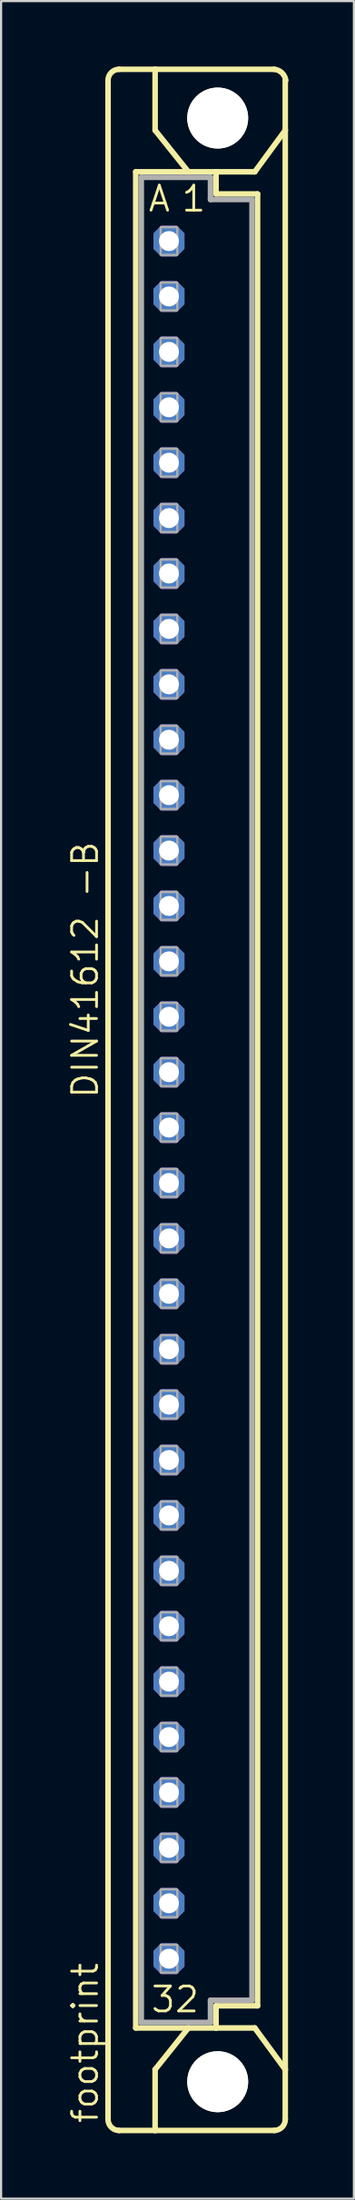
<source format=kicad_pcb>
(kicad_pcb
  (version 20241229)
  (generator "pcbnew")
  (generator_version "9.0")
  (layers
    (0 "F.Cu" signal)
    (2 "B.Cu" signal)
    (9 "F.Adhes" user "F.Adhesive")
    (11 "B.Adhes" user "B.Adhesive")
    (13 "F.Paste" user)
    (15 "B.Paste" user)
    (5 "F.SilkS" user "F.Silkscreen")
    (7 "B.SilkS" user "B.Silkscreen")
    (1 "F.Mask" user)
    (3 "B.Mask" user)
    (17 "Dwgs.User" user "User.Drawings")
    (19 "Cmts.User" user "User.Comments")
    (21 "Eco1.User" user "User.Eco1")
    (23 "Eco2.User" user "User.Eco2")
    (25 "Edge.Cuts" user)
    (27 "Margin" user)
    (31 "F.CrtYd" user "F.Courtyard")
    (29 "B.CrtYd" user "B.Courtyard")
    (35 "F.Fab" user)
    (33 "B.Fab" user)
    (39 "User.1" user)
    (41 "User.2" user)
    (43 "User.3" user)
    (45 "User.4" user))
  (footprint "footprint"
    (layer "F.Cu")
    (at 5.969 47.371)
    (property "Reference" "footprint" (at -4.445 46.99 90) (layer "F.SilkS") (effects (font (size 1.143 1.143) (thickness 0.127)) (justify left bottom)))
    (fp_line (start -4.064 46.736) (end -4.064 -46.736) (stroke (width 0.254) (type solid)) (layer "F.SilkS"))
    (fp_line (start -3.556 47.244) (end -1.905 47.244) (stroke (width 0.254) (type solid)) (layer "F.SilkS"))
    (fp_line (start -2.794 42.545) (end -2.794 -42.545) (stroke (width 0.254) (type solid)) (layer "F.SilkS"))
    (fp_line (start -1.905 -47.244) (end -3.556 -47.244) (stroke (width 0.254) (type solid)) (layer "F.SilkS"))
    (fp_line (start -1.905 -47.244) (end -1.905 -44.45) (stroke (width 0.254) (type solid)) (layer "F.SilkS"))
    (fp_line (start -1.905 47.244) (end -1.905 44.45) (stroke (width 0.254) (type solid)) (layer "F.SilkS"))
    (fp_line (start -1.905 47.244) (end 3.556 47.244) (stroke (width 0.254) (type solid)) (layer "F.SilkS"))
    (fp_line (start -0.381 -42.545) (end -2.794 -42.545) (stroke (width 0.254) (type solid)) (layer "F.SilkS"))
    (fp_line (start -0.381 -42.545) (end -1.905 -44.45) (stroke (width 0.254) (type solid)) (layer "F.SilkS"))
    (fp_line (start -0.381 -42.545) (end 0.889 -42.545) (stroke (width 0.254) (type solid)) (layer "F.SilkS"))
    (fp_line (start -0.381 42.545) (end -2.794 42.545) (stroke (width 0.254) (type solid)) (layer "F.SilkS"))
    (fp_line (start -0.381 42.545) (end -1.905 44.45) (stroke (width 0.254) (type solid)) (layer "F.SilkS"))
    (fp_line (start 0.889 -42.545) (end 2.667 -42.545) (stroke (width 0.254) (type solid)) (layer "F.SilkS"))
    (fp_line (start 0.889 -41.529) (end 0.889 -42.545) (stroke (width 0.254) (type solid)) (layer "F.SilkS"))
    (fp_line (start 0.889 41.529) (end 2.794 41.529) (stroke (width 0.254) (type solid)) (layer "F.SilkS"))
    (fp_line (start 0.889 42.545) (end -0.381 42.545) (stroke (width 0.254) (type solid)) (layer "F.SilkS"))
    (fp_line (start 0.889 42.545) (end 0.889 41.529) (stroke (width 0.254) (type solid)) (layer "F.SilkS"))
    (fp_line (start 0.889 42.545) (end 2.667 42.545) (stroke (width 0.254) (type solid)) (layer "F.SilkS"))
    (fp_line (start 2.667 -42.545) (end 4.064 -44.45) (stroke (width 0.254) (type solid)) (layer "F.SilkS"))
    (fp_line (start 2.667 42.545) (end 4.064 44.45) (stroke (width 0.254) (type solid)) (layer "F.SilkS"))
    (fp_line (start 2.794 -41.529) (end 0.889 -41.529) (stroke (width 0.254) (type solid)) (layer "F.SilkS"))
    (fp_line (start 2.794 41.529) (end 2.794 -41.529) (stroke (width 0.254) (type solid)) (layer "F.SilkS"))
    (fp_line (start 3.556 -47.244) (end -1.905 -47.244) (stroke (width 0.254) (type solid)) (layer "F.SilkS"))
    (fp_line (start 4.064 -44.45) (end 4.064 -46.736) (stroke (width 0.254) (type solid)) (layer "F.SilkS"))
    (fp_line (start 4.064 -44.45) (end 4.064 44.45) (stroke (width 0.254) (type solid)) (layer "F.SilkS"))
    (fp_line (start 4.064 46.736) (end 4.064 44.45) (stroke (width 0.254) (type solid)) (layer "F.SilkS"))
    (fp_arc (start -4.064 -46.736) (mid -3.91521 -47.09521) (end -3.556 -47.244) (stroke (width 0.254) (type solid)) (layer "F.SilkS"))
    (fp_arc (start -3.556 47.244) (mid -3.91521 47.09521) (end -4.064 46.736) (stroke (width 0.254) (type solid)) (layer "F.SilkS"))
    (fp_arc (start 3.556 -47.244) (mid 3.909437 -47.084314) (end 4.086 -46.738999) (stroke (width 0.254) (type solid)) (layer "F.SilkS"))
    (fp_arc (start 4.064 46.736) (mid 3.91521 47.09521) (end 3.556 47.244) (stroke (width 0.254) (type solid)) (layer "F.SilkS"))
    (fp_circle (center 0.965 -45.009) (end 2.235 -45.009) (stroke (width 0.254) (type solid)) (fill no) (layer "F.SilkS"))
    (fp_circle (center 0.965 45.009) (end 2.235 45.009) (stroke (width 0.254) (type solid)) (fill no) (layer "F.SilkS"))
    (fp_line (start -2.54 -42.291) (end -2.54 42.291) (stroke (width 0.254) (type solid)) (layer "F.Fab"))
    (fp_line (start 0.635 -42.291) (end -2.54 -42.291) (stroke (width 0.254) (type solid)) (layer "F.Fab"))
    (fp_line (start 0.635 -41.275) (end 0.635 -42.291) (stroke (width 0.254) (type solid)) (layer "F.Fab"))
    (fp_line (start 0.635 41.275) (end 0.635 42.291) (stroke (width 0.254) (type solid)) (layer "F.Fab"))
    (fp_line (start 0.635 41.275) (end 2.54 41.275) (stroke (width 0.254) (type solid)) (layer "F.Fab"))
    (fp_line (start 0.635 42.291) (end -2.54 42.291) (stroke (width 0.254) (type solid)) (layer "F.Fab"))
    (fp_line (start 2.54 -41.275) (end 0.635 -41.275) (stroke (width 0.254) (type solid)) (layer "F.Fab"))
    (fp_line (start 2.54 41.275) (end 2.54 -41.275) (stroke (width 0.254) (type solid)) (layer "F.Fab"))
    (fp_poly (pts (xy -1.651 -38.735) (xy -0.889 -38.735) (xy -0.889 -40.005) (xy -1.651 -40.005)) (stroke (width 0.1) (type solid)) (fill no) (layer "F.Fab"))
    (fp_poly (pts (xy -1.651 -36.195) (xy -0.889 -36.195) (xy -0.889 -37.465) (xy -1.651 -37.465)) (stroke (width 0.1) (type solid)) (fill no) (layer "F.Fab"))
    (fp_poly (pts (xy -1.651 -33.655) (xy -0.889 -33.655) (xy -0.889 -34.925) (xy -1.651 -34.925)) (stroke (width 0.1) (type solid)) (fill no) (layer "F.Fab"))
    (fp_poly (pts (xy -1.651 -31.115) (xy -0.889 -31.115) (xy -0.889 -32.385) (xy -1.651 -32.385)) (stroke (width 0.1) (type solid)) (fill no) (layer "F.Fab"))
    (fp_poly (pts (xy -1.651 -28.575) (xy -0.889 -28.575) (xy -0.889 -29.845) (xy -1.651 -29.845)) (stroke (width 0.1) (type solid)) (fill no) (layer "F.Fab"))
    (fp_poly (pts (xy -1.651 -26.035) (xy -0.889 -26.035) (xy -0.889 -27.305) (xy -1.651 -27.305)) (stroke (width 0.1) (type solid)) (fill no) (layer "F.Fab"))
    (fp_poly (pts (xy -1.651 -23.495) (xy -0.889 -23.495) (xy -0.889 -24.765) (xy -1.651 -24.765)) (stroke (width 0.1) (type solid)) (fill no) (layer "F.Fab"))
    (fp_poly (pts (xy -1.651 -20.955) (xy -0.889 -20.955) (xy -0.889 -22.225) (xy -1.651 -22.225)) (stroke (width 0.1) (type solid)) (fill no) (layer "F.Fab"))
    (fp_poly (pts (xy -1.651 -18.415) (xy -0.889 -18.415) (xy -0.889 -19.685) (xy -1.651 -19.685)) (stroke (width 0.1) (type solid)) (fill no) (layer "F.Fab"))
    (fp_poly (pts (xy -1.651 -15.875) (xy -0.889 -15.875) (xy -0.889 -17.145) (xy -1.651 -17.145)) (stroke (width 0.1) (type solid)) (fill no) (layer "F.Fab"))
    (fp_poly (pts (xy -1.651 -13.335) (xy -0.889 -13.335) (xy -0.889 -14.605) (xy -1.651 -14.605)) (stroke (width 0.1) (type solid)) (fill no) (layer "F.Fab"))
    (fp_poly (pts (xy -1.651 -10.795) (xy -0.889 -10.795) (xy -0.889 -12.065) (xy -1.651 -12.065)) (stroke (width 0.1) (type solid)) (fill no) (layer "F.Fab"))
    (fp_poly (pts (xy -1.651 -8.255) (xy -0.889 -8.255) (xy -0.889 -9.525) (xy -1.651 -9.525)) (stroke (width 0.1) (type solid)) (fill no) (layer "F.Fab"))
    (fp_poly (pts (xy -1.651 -5.715) (xy -0.889 -5.715) (xy -0.889 -6.985) (xy -1.651 -6.985)) (stroke (width 0.1) (type solid)) (fill no) (layer "F.Fab"))
    (fp_poly (pts (xy -1.651 -3.175) (xy -0.889 -3.175) (xy -0.889 -4.445) (xy -1.651 -4.445)) (stroke (width 0.1) (type solid)) (fill no) (layer "F.Fab"))
    (fp_poly (pts (xy -1.651 -0.635) (xy -0.889 -0.635) (xy -0.889 -1.905) (xy -1.651 -1.905)) (stroke (width 0.1) (type solid)) (fill no) (layer "F.Fab"))
    (fp_poly (pts (xy -1.651 1.905) (xy -0.889 1.905) (xy -0.889 0.635) (xy -1.651 0.635)) (stroke (width 0.1) (type solid)) (fill no) (layer "F.Fab"))
    (fp_poly (pts (xy -1.651 4.445) (xy -0.889 4.445) (xy -0.889 3.175) (xy -1.651 3.175)) (stroke (width 0.1) (type solid)) (fill no) (layer "F.Fab"))
    (fp_poly (pts (xy -1.651 6.985) (xy -0.889 6.985) (xy -0.889 5.715) (xy -1.651 5.715)) (stroke (width 0.1) (type solid)) (fill no) (layer "F.Fab"))
    (fp_poly (pts (xy -1.651 9.525) (xy -0.889 9.525) (xy -0.889 8.255) (xy -1.651 8.255)) (stroke (width 0.1) (type solid)) (fill no) (layer "F.Fab"))
    (fp_poly (pts (xy -1.651 12.065) (xy -0.889 12.065) (xy -0.889 10.795) (xy -1.651 10.795)) (stroke (width 0.1) (type solid)) (fill no) (layer "F.Fab"))
    (fp_poly (pts (xy -1.651 14.605) (xy -0.889 14.605) (xy -0.889 13.335) (xy -1.651 13.335)) (stroke (width 0.1) (type solid)) (fill no) (layer "F.Fab"))
    (fp_poly (pts (xy -1.651 17.145) (xy -0.889 17.145) (xy -0.889 15.875) (xy -1.651 15.875)) (stroke (width 0.1) (type solid)) (fill no) (layer "F.Fab"))
    (fp_poly (pts (xy -1.651 19.685) (xy -0.889 19.685) (xy -0.889 18.415) (xy -1.651 18.415)) (stroke (width 0.1) (type solid)) (fill no) (layer "F.Fab"))
    (fp_poly (pts (xy -1.651 22.225) (xy -0.889 22.225) (xy -0.889 20.955) (xy -1.651 20.955)) (stroke (width 0.1) (type solid)) (fill no) (layer "F.Fab"))
    (fp_poly (pts (xy -1.651 24.765) (xy -0.889 24.765) (xy -0.889 23.495) (xy -1.651 23.495)) (stroke (width 0.1) (type solid)) (fill no) (layer "F.Fab"))
    (fp_poly (pts (xy -1.651 27.305) (xy -0.889 27.305) (xy -0.889 26.035) (xy -1.651 26.035)) (stroke (width 0.1) (type solid)) (fill no) (layer "F.Fab"))
    (fp_poly (pts (xy -1.651 29.845) (xy -0.889 29.845) (xy -0.889 28.575) (xy -1.651 28.575)) (stroke (width 0.1) (type solid)) (fill no) (layer "F.Fab"))
    (fp_poly (pts (xy -1.651 32.385) (xy -0.889 32.385) (xy -0.889 31.115) (xy -1.651 31.115)) (stroke (width 0.1) (type solid)) (fill no) (layer "F.Fab"))
    (fp_poly (pts (xy -1.651 34.925) (xy -0.889 34.925) (xy -0.889 33.655) (xy -1.651 33.655)) (stroke (width 0.1) (type solid)) (fill no) (layer "F.Fab"))
    (fp_poly (pts (xy -1.651 37.465) (xy -0.889 37.465) (xy -0.889 36.195) (xy -1.651 36.195)) (stroke (width 0.1) (type solid)) (fill no) (layer "F.Fab"))
    (fp_poly (pts (xy -1.651 40.005) (xy -0.889 40.005) (xy -0.889 38.735) (xy -1.651 38.735)) (stroke (width 0.1) (type solid)) (fill no) (layer "F.Fab"))
    (fp_text user "1" (at -0.762 -40.64 0) (layer "F.SilkS") (effects (font (size 1.143 1.143) (thickness 0.127)) (justify left bottom)))
    (fp_text user "32" (at -2.159 41.91 0) (layer "F.SilkS") (effects (font (size 1.143 1.143) (thickness 0.127)) (justify left bottom)))
    (fp_text user "A" (at -2.286 -40.64 0) (layer "F.SilkS") (effects (font (size 1.143 1.143) (thickness 0.127)) (justify left bottom)))
    (fp_text user "DIN41612 -B" (at -4.445 0 90) (layer "F.SilkS") (effects (font (size 1.143 1.143) (thickness 0.127)) (justify left bottom)))
    (pad "" np_thru_hole circle (at 0.965 -45.009) (size 2.794 2.794) (drill 2.794) (layers "*.Cu" "*.Mask"))
    (pad "" np_thru_hole circle (at 0.965 45.009) (size 2.794 2.794) (drill 2.794) (layers "*.Cu" "*.Mask"))
    (pad "A1" thru_hole roundrect (at -1.27 -39.37) (size 1.422 1.422) (drill 0.914) (layers "*.Cu" "*.Mask") (roundrect_rratio 0.25) (chamfer_ratio 0.25) (chamfer top_left top_right bottom_left bottom_right))
    (pad "A2" thru_hole roundrect (at -1.27 -36.83) (size 1.422 1.422) (drill 0.914) (layers "*.Cu" "*.Mask") (roundrect_rratio 0.25) (chamfer_ratio 0.25) (chamfer top_left top_right bottom_left bottom_right))
    (pad "A3" thru_hole roundrect (at -1.27 -34.29) (size 1.422 1.422) (drill 0.914) (layers "*.Cu" "*.Mask") (roundrect_rratio 0.25) (chamfer_ratio 0.25) (chamfer top_left top_right bottom_left bottom_right))
    (pad "A4" thru_hole roundrect (at -1.27 -31.75) (size 1.422 1.422) (drill 0.914) (layers "*.Cu" "*.Mask") (roundrect_rratio 0.25) (chamfer_ratio 0.25) (chamfer top_left top_right bottom_left bottom_right))
    (pad "A5" thru_hole roundrect (at -1.27 -29.21) (size 1.422 1.422) (drill 0.914) (layers "*.Cu" "*.Mask") (roundrect_rratio 0.25) (chamfer_ratio 0.25) (chamfer top_left top_right bottom_left bottom_right))
    (pad "A6" thru_hole roundrect (at -1.27 -26.67) (size 1.422 1.422) (drill 0.914) (layers "*.Cu" "*.Mask") (roundrect_rratio 0.25) (chamfer_ratio 0.25) (chamfer top_left top_right bottom_left bottom_right))
    (pad "A7" thru_hole roundrect (at -1.27 -24.13) (size 1.422 1.422) (drill 0.914) (layers "*.Cu" "*.Mask") (roundrect_rratio 0.25) (chamfer_ratio 0.25) (chamfer top_left top_right bottom_left bottom_right))
    (pad "A8" thru_hole roundrect (at -1.27 -21.59) (size 1.422 1.422) (drill 0.914) (layers "*.Cu" "*.Mask") (roundrect_rratio 0.25) (chamfer_ratio 0.25) (chamfer top_left top_right bottom_left bottom_right))
    (pad "A9" thru_hole roundrect (at -1.27 -19.05) (size 1.422 1.422) (drill 0.914) (layers "*.Cu" "*.Mask") (roundrect_rratio 0.25) (chamfer_ratio 0.25) (chamfer top_left top_right bottom_left bottom_right))
    (pad "A10" thru_hole roundrect (at -1.27 -16.51) (size 1.422 1.422) (drill 0.914) (layers "*.Cu" "*.Mask") (roundrect_rratio 0.25) (chamfer_ratio 0.25) (chamfer top_left top_right bottom_left bottom_right))
    (pad "A11" thru_hole roundrect (at -1.27 -13.97) (size 1.422 1.422) (drill 0.914) (layers "*.Cu" "*.Mask") (roundrect_rratio 0.25) (chamfer_ratio 0.25) (chamfer top_left top_right bottom_left bottom_right))
    (pad "A12" thru_hole roundrect (at -1.27 -11.43) (size 1.422 1.422) (drill 0.914) (layers "*.Cu" "*.Mask") (roundrect_rratio 0.25) (chamfer_ratio 0.25) (chamfer top_left top_right bottom_left bottom_right))
    (pad "A13" thru_hole roundrect (at -1.27 -8.89) (size 1.422 1.422) (drill 0.914) (layers "*.Cu" "*.Mask") (roundrect_rratio 0.25) (chamfer_ratio 0.25) (chamfer top_left top_right bottom_left bottom_right))
    (pad "A14" thru_hole roundrect (at -1.27 -6.35) (size 1.422 1.422) (drill 0.914) (layers "*.Cu" "*.Mask") (roundrect_rratio 0.25) (chamfer_ratio 0.25) (chamfer top_left top_right bottom_left bottom_right))
    (pad "A15" thru_hole roundrect (at -1.27 -3.81) (size 1.422 1.422) (drill 0.914) (layers "*.Cu" "*.Mask") (roundrect_rratio 0.25) (chamfer_ratio 0.25) (chamfer top_left top_right bottom_left bottom_right))
    (pad "A16" thru_hole roundrect (at -1.27 -1.27) (size 1.422 1.422) (drill 0.914) (layers "*.Cu" "*.Mask") (roundrect_rratio 0.25) (chamfer_ratio 0.25) (chamfer top_left top_right bottom_left bottom_right))
    (pad "A17" thru_hole roundrect (at -1.27 1.27) (size 1.422 1.422) (drill 0.914) (layers "*.Cu" "*.Mask") (roundrect_rratio 0.25) (chamfer_ratio 0.25) (chamfer top_left top_right bottom_left bottom_right))
    (pad "A18" thru_hole roundrect (at -1.27 3.81) (size 1.422 1.422) (drill 0.914) (layers "*.Cu" "*.Mask") (roundrect_rratio 0.25) (chamfer_ratio 0.25) (chamfer top_left top_right bottom_left bottom_right))
    (pad "A19" thru_hole roundrect (at -1.27 6.35) (size 1.422 1.422) (drill 0.914) (layers "*.Cu" "*.Mask") (roundrect_rratio 0.25) (chamfer_ratio 0.25) (chamfer top_left top_right bottom_left bottom_right))
    (pad "A20" thru_hole roundrect (at -1.27 8.89) (size 1.422 1.422) (drill 0.914) (layers "*.Cu" "*.Mask") (roundrect_rratio 0.25) (chamfer_ratio 0.25) (chamfer top_left top_right bottom_left bottom_right))
    (pad "A21" thru_hole roundrect (at -1.27 11.43) (size 1.422 1.422) (drill 0.914) (layers "*.Cu" "*.Mask") (roundrect_rratio 0.25) (chamfer_ratio 0.25) (chamfer top_left top_right bottom_left bottom_right))
    (pad "A22" thru_hole roundrect (at -1.27 13.97) (size 1.422 1.422) (drill 0.914) (layers "*.Cu" "*.Mask") (roundrect_rratio 0.25) (chamfer_ratio 0.25) (chamfer top_left top_right bottom_left bottom_right))
    (pad "A23" thru_hole roundrect (at -1.27 16.51) (size 1.422 1.422) (drill 0.914) (layers "*.Cu" "*.Mask") (roundrect_rratio 0.25) (chamfer_ratio 0.25) (chamfer top_left top_right bottom_left bottom_right))
    (pad "A24" thru_hole roundrect (at -1.27 19.05) (size 1.422 1.422) (drill 0.914) (layers "*.Cu" "*.Mask") (roundrect_rratio 0.25) (chamfer_ratio 0.25) (chamfer top_left top_right bottom_left bottom_right))
    (pad "A25" thru_hole roundrect (at -1.27 21.59) (size 1.422 1.422) (drill 0.914) (layers "*.Cu" "*.Mask") (roundrect_rratio 0.25) (chamfer_ratio 0.25) (chamfer top_left top_right bottom_left bottom_right))
    (pad "A26" thru_hole roundrect (at -1.27 24.13) (size 1.422 1.422) (drill 0.914) (layers "*.Cu" "*.Mask") (roundrect_rratio 0.25) (chamfer_ratio 0.25) (chamfer top_left top_right bottom_left bottom_right))
    (pad "A27" thru_hole roundrect (at -1.27 26.67) (size 1.422 1.422) (drill 0.914) (layers "*.Cu" "*.Mask") (roundrect_rratio 0.25) (chamfer_ratio 0.25) (chamfer top_left top_right bottom_left bottom_right))
    (pad "A28" thru_hole roundrect (at -1.27 29.21) (size 1.422 1.422) (drill 0.914) (layers "*.Cu" "*.Mask") (roundrect_rratio 0.25) (chamfer_ratio 0.25) (chamfer top_left top_right bottom_left bottom_right))
    (pad "A29" thru_hole roundrect (at -1.27 31.75) (size 1.422 1.422) (drill 0.914) (layers "*.Cu" "*.Mask") (roundrect_rratio 0.25) (chamfer_ratio 0.25) (chamfer top_left top_right bottom_left bottom_right))
    (pad "A30" thru_hole roundrect (at -1.27 34.29) (size 1.422 1.422) (drill 0.914) (layers "*.Cu" "*.Mask") (roundrect_rratio 0.25) (chamfer_ratio 0.25) (chamfer top_left top_right bottom_left bottom_right))
    (pad "A31" thru_hole roundrect (at -1.27 36.83) (size 1.422 1.422) (drill 0.914) (layers "*.Cu" "*.Mask") (roundrect_rratio 0.25) (chamfer_ratio 0.25) (chamfer top_left top_right bottom_left bottom_right))
    (pad "A32" thru_hole roundrect (at -1.27 39.37) (size 1.422 1.422) (drill 0.914) (layers "*.Cu" "*.Mask") (roundrect_rratio 0.25) (chamfer_ratio 0.25) (chamfer top_left top_right bottom_left bottom_right)))
  (gr_rect
    (start -3 -3)
    (end 13.182 97.742)
    (stroke (width 0.1) (type default))
    (fill no)
    (layer "Edge.Cuts")))
</source>
